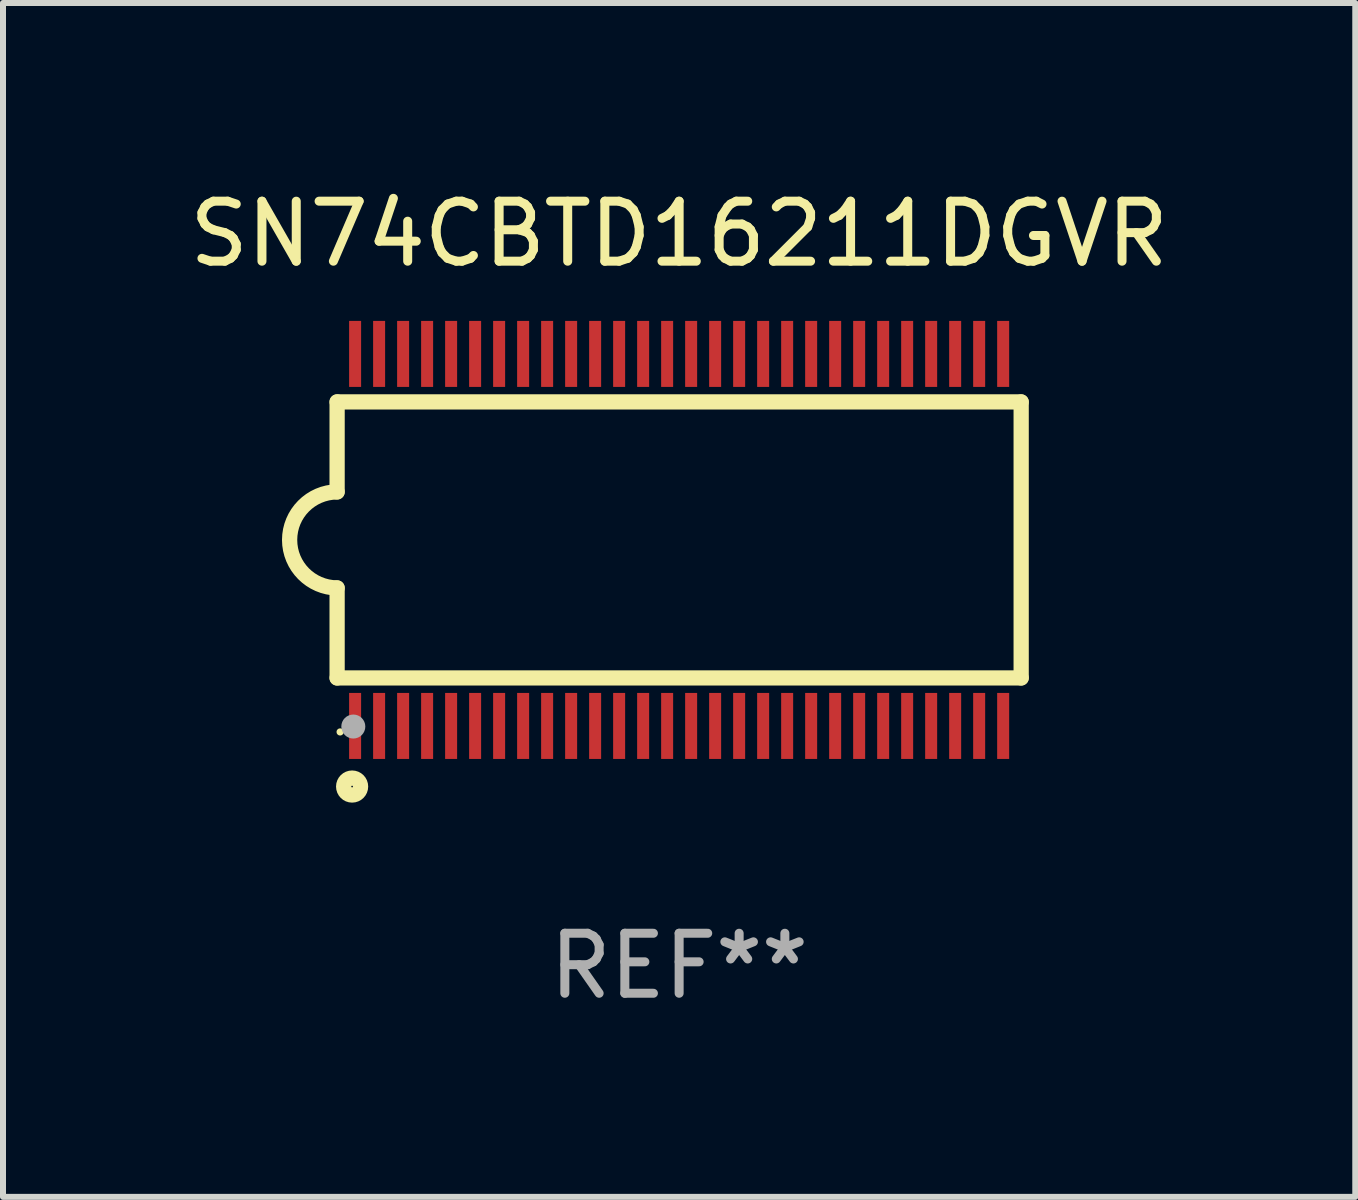
<source format=kicad_pcb>
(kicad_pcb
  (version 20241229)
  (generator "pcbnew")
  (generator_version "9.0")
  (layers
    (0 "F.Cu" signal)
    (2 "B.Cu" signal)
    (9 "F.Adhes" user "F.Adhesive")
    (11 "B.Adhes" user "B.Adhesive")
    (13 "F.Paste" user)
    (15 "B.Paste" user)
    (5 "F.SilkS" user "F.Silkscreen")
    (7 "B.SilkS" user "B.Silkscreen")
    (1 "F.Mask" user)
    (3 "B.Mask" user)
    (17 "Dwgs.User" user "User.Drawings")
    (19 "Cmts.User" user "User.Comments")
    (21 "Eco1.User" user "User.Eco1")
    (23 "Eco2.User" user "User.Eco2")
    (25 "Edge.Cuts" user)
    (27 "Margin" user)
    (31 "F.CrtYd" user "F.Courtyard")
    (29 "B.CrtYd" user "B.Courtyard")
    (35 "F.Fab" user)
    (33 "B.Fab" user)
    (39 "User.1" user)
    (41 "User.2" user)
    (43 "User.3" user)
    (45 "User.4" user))
  (footprint "SN74CBTD16211DGVR"
    (layer "F.Cu")
    (at 8.268 5.948)
    (property "Reference" "SN74CBTD16211DGVR" (at 0 -5.1 0) (layer "F.SilkS") (effects (font (size 1 1) (thickness 0.15))))
    (attr through_hole)
    (fp_line (start -5.7 -2.3) (end -5.7 -0.8) (stroke (width 0.254) (type solid)) (layer "F.SilkS"))
    (fp_line (start -5.7 -2.3) (end 5.7 -2.3) (stroke (width 0.254) (type solid)) (layer "F.SilkS"))
    (fp_line (start -5.7 2.3) (end -5.7 0.8) (stroke (width 0.254) (type solid)) (layer "F.SilkS"))
    (fp_line (start -5.7 2.3) (end 5.7 2.3) (stroke (width 0.254) (type solid)) (layer "F.SilkS"))
    (fp_line (start 5.7 -2.3) (end 5.7 2.3) (stroke (width 0.254) (type solid)) (layer "F.SilkS"))
    (fp_arc (start -5.700013 0.800025) (mid -6.500343 -0.000382) (end -5.699962 -0.800737) (stroke (width 0.254001) (type solid)) (layer "F.SilkS"))
    (fp_circle (center -5.65 3.2) (end -5.62 3.2) (stroke (width 0.06) (type solid)) (fill no) (layer "F.SilkS"))
    (fp_circle (center -5.45 4.11) (end -5.309 4.11) (stroke (width 0.254) (type solid)) (fill no) (layer "F.SilkS"))
    (fp_circle (center -5.43 3.11) (end -5.33 3.11) (stroke (width 0.2) (type solid)) (fill no) (layer "F.Fab"))
    (fp_text user "REF**" (at 0 7.1 0) (layer "F.Fab") (effects (font (size 1 1) (thickness 0.15))))
    (pad "1" smd rect (at -5.4 3.1) (size 0.2 1.1) (layers "F.Cu" "F.Mask" "F.Paste"))
    (pad "2" smd rect (at -5 3.1) (size 0.2 1.1) (layers "F.Cu" "F.Mask" "F.Paste"))
    (pad "3" smd rect (at -4.6 3.1) (size 0.2 1.1) (layers "F.Cu" "F.Mask" "F.Paste"))
    (pad "4" smd rect (at -4.2 3.1) (size 0.2 1.1) (layers "F.Cu" "F.Mask" "F.Paste"))
    (pad "5" smd rect (at -3.8 3.1) (size 0.2 1.1) (layers "F.Cu" "F.Mask" "F.Paste"))
    (pad "6" smd rect (at -3.4 3.1) (size 0.2 1.1) (layers "F.Cu" "F.Mask" "F.Paste"))
    (pad "7" smd rect (at -3 3.1) (size 0.2 1.1) (layers "F.Cu" "F.Mask" "F.Paste"))
    (pad "8" smd rect (at -2.6 3.1) (size 0.2 1.1) (layers "F.Cu" "F.Mask" "F.Paste"))
    (pad "9" smd rect (at -2.2 3.1) (size 0.2 1.1) (layers "F.Cu" "F.Mask" "F.Paste"))
    (pad "10" smd rect (at -1.8 3.1) (size 0.2 1.1) (layers "F.Cu" "F.Mask" "F.Paste"))
    (pad "11" smd rect (at -1.4 3.1) (size 0.2 1.1) (layers "F.Cu" "F.Mask" "F.Paste"))
    (pad "12" smd rect (at -1 3.1) (size 0.2 1.1) (layers "F.Cu" "F.Mask" "F.Paste"))
    (pad "13" smd rect (at -0.6 3.1) (size 0.2 1.1) (layers "F.Cu" "F.Mask" "F.Paste"))
    (pad "14" smd rect (at -0.2 3.1) (size 0.2 1.1) (layers "F.Cu" "F.Mask" "F.Paste"))
    (pad "15" smd rect (at 0.2 3.1) (size 0.2 1.1) (layers "F.Cu" "F.Mask" "F.Paste"))
    (pad "16" smd rect (at 0.6 3.1) (size 0.2 1.1) (layers "F.Cu" "F.Mask" "F.Paste"))
    (pad "17" smd rect (at 1 3.1) (size 0.2 1.1) (layers "F.Cu" "F.Mask" "F.Paste"))
    (pad "18" smd rect (at 1.4 3.1) (size 0.2 1.1) (layers "F.Cu" "F.Mask" "F.Paste"))
    (pad "19" smd rect (at 1.8 3.1) (size 0.2 1.1) (layers "F.Cu" "F.Mask" "F.Paste"))
    (pad "20" smd rect (at 2.2 3.1) (size 0.2 1.1) (layers "F.Cu" "F.Mask" "F.Paste"))
    (pad "21" smd rect (at 2.6 3.1) (size 0.2 1.1) (layers "F.Cu" "F.Mask" "F.Paste"))
    (pad "22" smd rect (at 3 3.1) (size 0.2 1.1) (layers "F.Cu" "F.Mask" "F.Paste"))
    (pad "23" smd rect (at 3.4 3.1) (size 0.2 1.1) (layers "F.Cu" "F.Mask" "F.Paste"))
    (pad "24" smd rect (at 3.8 3.1) (size 0.2 1.1) (layers "F.Cu" "F.Mask" "F.Paste"))
    (pad "25" smd rect (at 4.2 3.1) (size 0.2 1.1) (layers "F.Cu" "F.Mask" "F.Paste"))
    (pad "26" smd rect (at 4.6 3.1) (size 0.2 1.1) (layers "F.Cu" "F.Mask" "F.Paste"))
    (pad "27" smd rect (at 5 3.1) (size 0.2 1.1) (layers "F.Cu" "F.Mask" "F.Paste"))
    (pad "28" smd rect (at 5.4 3.1) (size 0.2 1.1) (layers "F.Cu" "F.Mask" "F.Paste"))
    (pad "29" smd rect (at 5.4 -3.1) (size 0.2 1.1) (layers "F.Cu" "F.Mask" "F.Paste"))
    (pad "30" smd rect (at 5 -3.1) (size 0.2 1.1) (layers "F.Cu" "F.Mask" "F.Paste"))
    (pad "31" smd rect (at 4.6 -3.1) (size 0.2 1.1) (layers "F.Cu" "F.Mask" "F.Paste"))
    (pad "32" smd rect (at 4.2 -3.1) (size 0.2 1.1) (layers "F.Cu" "F.Mask" "F.Paste"))
    (pad "33" smd rect (at 3.8 -3.1) (size 0.2 1.1) (layers "F.Cu" "F.Mask" "F.Paste"))
    (pad "34" smd rect (at 3.4 -3.1) (size 0.2 1.1) (layers "F.Cu" "F.Mask" "F.Paste"))
    (pad "35" smd rect (at 3 -3.1) (size 0.2 1.1) (layers "F.Cu" "F.Mask" "F.Paste"))
    (pad "36" smd rect (at 2.6 -3.1) (size 0.2 1.1) (layers "F.Cu" "F.Mask" "F.Paste"))
    (pad "37" smd rect (at 2.2 -3.1) (size 0.2 1.1) (layers "F.Cu" "F.Mask" "F.Paste"))
    (pad "38" smd rect (at 1.8 -3.1) (size 0.2 1.1) (layers "F.Cu" "F.Mask" "F.Paste"))
    (pad "39" smd rect (at 1.4 -3.1) (size 0.2 1.1) (layers "F.Cu" "F.Mask" "F.Paste"))
    (pad "40" smd rect (at 1 -3.1) (size 0.2 1.1) (layers "F.Cu" "F.Mask" "F.Paste"))
    (pad "41" smd rect (at 0.6 -3.1) (size 0.2 1.1) (layers "F.Cu" "F.Mask" "F.Paste"))
    (pad "42" smd rect (at 0.2 -3.1) (size 0.2 1.1) (layers "F.Cu" "F.Mask" "F.Paste"))
    (pad "43" smd rect (at -0.2 -3.1) (size 0.2 1.1) (layers "F.Cu" "F.Mask" "F.Paste"))
    (pad "44" smd rect (at -0.6 -3.1) (size 0.2 1.1) (layers "F.Cu" "F.Mask" "F.Paste"))
    (pad "45" smd rect (at -1 -3.1) (size 0.2 1.1) (layers "F.Cu" "F.Mask" "F.Paste"))
    (pad "46" smd rect (at -1.4 -3.1) (size 0.2 1.1) (layers "F.Cu" "F.Mask" "F.Paste"))
    (pad "47" smd rect (at -1.8 -3.1) (size 0.2 1.1) (layers "F.Cu" "F.Mask" "F.Paste"))
    (pad "48" smd rect (at -2.2 -3.1) (size 0.2 1.1) (layers "F.Cu" "F.Mask" "F.Paste"))
    (pad "49" smd rect (at -2.6 -3.1) (size 0.2 1.1) (layers "F.Cu" "F.Mask" "F.Paste"))
    (pad "50" smd rect (at -3 -3.1) (size 0.2 1.1) (layers "F.Cu" "F.Mask" "F.Paste"))
    (pad "51" smd rect (at -3.4 -3.1) (size 0.2 1.1) (layers "F.Cu" "F.Mask" "F.Paste"))
    (pad "52" smd rect (at -3.8 -3.1) (size 0.2 1.1) (layers "F.Cu" "F.Mask" "F.Paste"))
    (pad "53" smd rect (at -4.2 -3.1) (size 0.2 1.1) (layers "F.Cu" "F.Mask" "F.Paste"))
    (pad "54" smd rect (at -4.6 -3.1) (size 0.2 1.1) (layers "F.Cu" "F.Mask" "F.Paste"))
    (pad "55" smd rect (at -5 -3.1) (size 0.2 1.1) (layers "F.Cu" "F.Mask" "F.Paste"))
    (pad "56" smd rect (at -5.4 -3.1) (size 0.2 1.1) (layers "F.Cu" "F.Mask" "F.Paste")))
  (gr_rect
    (start -3 -3)
    (end 19.536 16.896)
    (stroke (width 0.1) (type default))
    (fill no)
    (layer "Edge.Cuts")))
</source>
